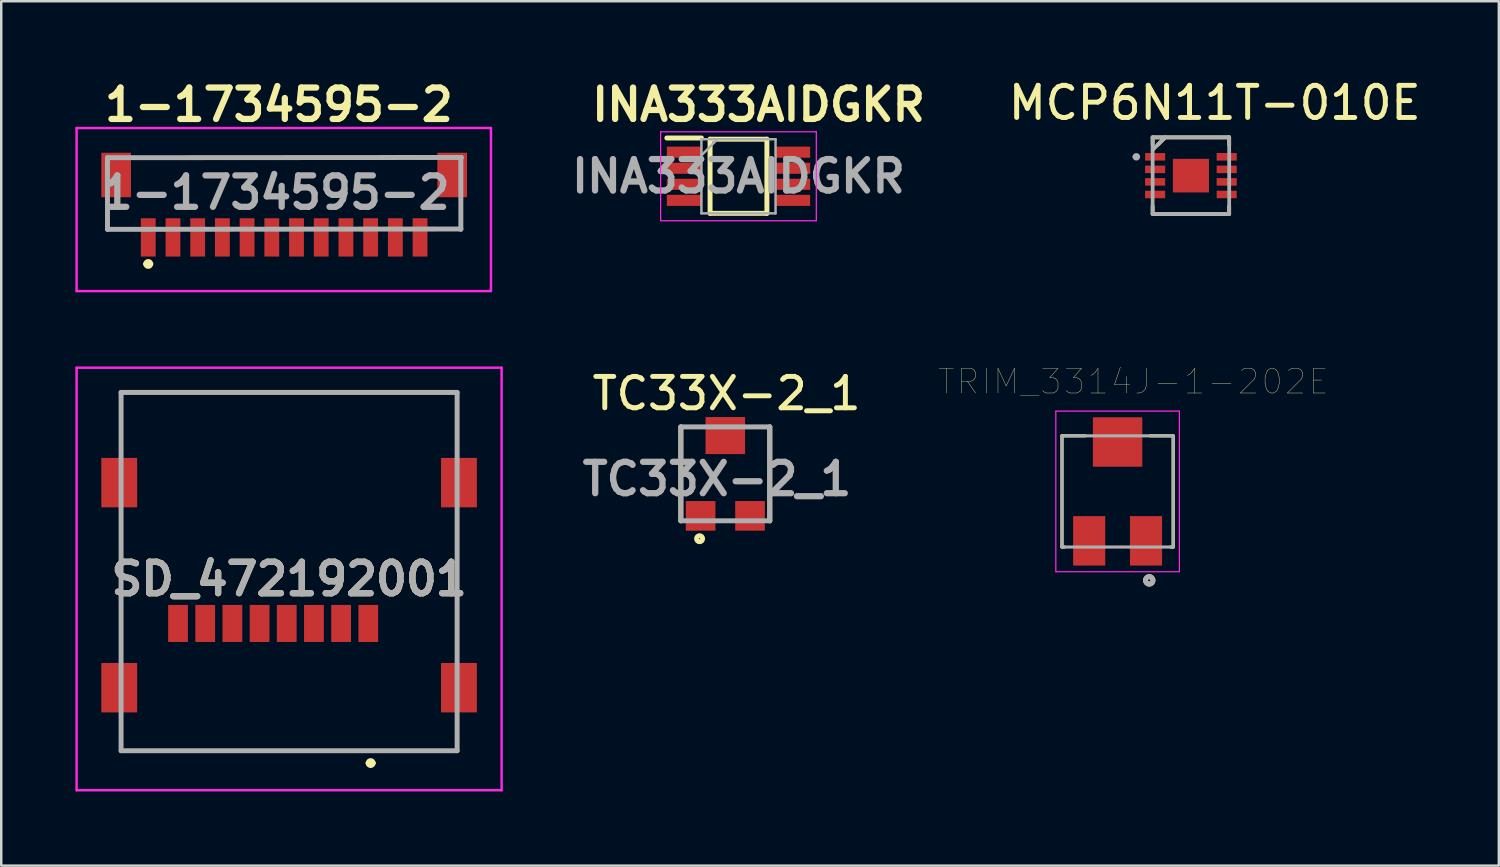
<source format=kicad_pcb>
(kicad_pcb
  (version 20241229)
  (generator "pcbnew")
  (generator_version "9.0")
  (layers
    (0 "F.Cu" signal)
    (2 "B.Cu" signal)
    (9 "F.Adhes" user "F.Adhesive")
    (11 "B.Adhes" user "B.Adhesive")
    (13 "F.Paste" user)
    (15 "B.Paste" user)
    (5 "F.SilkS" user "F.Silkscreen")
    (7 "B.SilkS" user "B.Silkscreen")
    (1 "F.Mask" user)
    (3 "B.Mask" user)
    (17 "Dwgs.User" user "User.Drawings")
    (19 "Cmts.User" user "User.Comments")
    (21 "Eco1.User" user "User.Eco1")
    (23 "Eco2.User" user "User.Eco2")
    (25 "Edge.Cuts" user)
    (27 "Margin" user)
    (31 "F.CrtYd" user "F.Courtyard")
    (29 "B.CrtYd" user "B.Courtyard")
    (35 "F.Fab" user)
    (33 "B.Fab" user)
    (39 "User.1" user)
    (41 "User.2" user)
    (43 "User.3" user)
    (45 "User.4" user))
  (footprint "TRIM_3314J-1-202E"
    (layer "F.Cu")
    (at 42.18 16.838)
    (property "Reference" "TRIM_3314J-1-202E" (at 0.635 -4.445 0) (layer "F.SilkS") (effects (font (size 1 1) (thickness 0.015))))
    (attr through_hole)
    (fp_line (start -2.25 -2.25) (end -2.25 2.25) (stroke (width 0.127) (type solid)) (layer "F.SilkS"))
    (fp_line (start -2.25 2.25) (end -2.15 2.25) (stroke (width 0.127) (type solid)) (layer "F.SilkS"))
    (fp_line (start -1.315 -2.25) (end -2.25 -2.25) (stroke (width 0.127) (type solid)) (layer "F.SilkS"))
    (fp_line (start 2.15 2.25) (end 2.25 2.25) (stroke (width 0.127) (type solid)) (layer "F.SilkS"))
    (fp_line (start 2.25 -2.25) (end 1.315 -2.25) (stroke (width 0.127) (type solid)) (layer "F.SilkS"))
    (fp_line (start 2.25 2.25) (end 2.25 -2.25) (stroke (width 0.127) (type solid)) (layer "F.SilkS"))
    (fp_circle (center 1.28 3.6) (end 1.33 3.6) (stroke (width 0.2) (type solid)) (fill no) (layer "F.SilkS"))
    (fp_line (start -2.5 -3.25) (end 2.5 -3.25) (stroke (width 0.05) (type solid)) (layer "F.CrtYd"))
    (fp_line (start -2.5 3.25) (end -2.5 -3.25) (stroke (width 0.05) (type solid)) (layer "F.CrtYd"))
    (fp_line (start 2.5 -3.25) (end 2.5 3.25) (stroke (width 0.05) (type solid)) (layer "F.CrtYd"))
    (fp_line (start 2.5 3.25) (end -2.5 3.25) (stroke (width 0.05) (type solid)) (layer "F.CrtYd"))
    (fp_line (start -2.25 -2.25) (end 2.25 -2.25) (stroke (width 0.127) (type solid)) (layer "F.Fab"))
    (fp_line (start -2.25 2.25) (end -2.25 -2.25) (stroke (width 0.127) (type solid)) (layer "F.Fab"))
    (fp_line (start 2.25 -2.25) (end 2.25 2.25) (stroke (width 0.127) (type solid)) (layer "F.Fab"))
    (fp_line (start 2.25 2.25) (end -2.25 2.25) (stroke (width 0.127) (type solid)) (layer "F.Fab"))
    (fp_circle (center 1.28 3.6) (end 1.33 3.6) (stroke (width 0.2) (type solid)) (fill no) (layer "F.Fab"))
    (pad "1" smd rect (at 1.15 2) (size 1.3 2) (layers "F.Cu" "F.Mask" "F.Paste"))
    (pad "2" smd rect (at 0 -2) (size 2 2) (layers "F.Cu" "F.Mask" "F.Paste"))
    (pad "3" smd rect (at -1.15 2) (size 1.3 2) (layers "F.Cu" "F.Mask" "F.Paste")))
  (footprint "TC33X-2_1"
    (layer "F.Cu")
    (at 26.304 16.127)
    (property "Reference" "TC33X-2_1" (at 0.051 -3.251 0) (layer "F.SilkS") (effects (font (size 1.27 1.27) (thickness 0.2))))
    (attr smd)
    (fp_line (start -1.8 -1.9) (end -1.8 1.9) (stroke (width 0.2) (type solid)) (layer "F.SilkS"))
    (fp_line (start 1.8 1.9) (end 1.8 -1.9) (stroke (width 0.2) (type solid)) (layer "F.SilkS"))
    (fp_circle (center -1.041 2.625) (end -1.041 2.647) (stroke (width 0.2) (type solid)) (fill no) (layer "F.SilkS"))
    (fp_line (start -1.8 -1.9) (end 1.8 -1.9) (stroke (width 0.2) (type solid)) (layer "F.Fab"))
    (fp_line (start -1.8 1.9) (end -1.8 -1.9) (stroke (width 0.2) (type solid)) (layer "F.Fab"))
    (fp_line (start 1.8 -1.9) (end 1.8 1.9) (stroke (width 0.2) (type solid)) (layer "F.Fab"))
    (fp_line (start 1.8 1.9) (end -1.8 1.9) (stroke (width 0.2) (type solid)) (layer "F.Fab"))
    (fp_text user "${REFERENCE}" (at -0.337 0.209 0) (layer "F.Fab") (effects (font (size 1.27 1.27) (thickness 0.254))))
    (pad "1" smd rect (at -1 1.7 90) (size 1.2 1.2) (layers "F.Cu" "F.Mask" "F.Paste"))
    (pad "2" smd rect (at 0 -1.55 90) (size 1.5 1.6) (layers "F.Cu" "F.Mask" "F.Paste"))
    (pad "3" smd rect (at 1 1.7 90) (size 1.2 1.2) (layers "F.Cu" "F.Mask" "F.Paste")))
  (footprint "SD_472192001"
    (layer "F.Cu")
    (at 8.65 20.382)
    (property "Reference" "SD_472192001" (at 0 0 0) (layer "F.SilkS") (effects (font (size 1.27 1.27) (thickness 0.254))))
    (attr smd)
    (fp_line (start -6.8 -7.55) (end 6.8 -7.55) (stroke (width 0.1) (type solid)) (layer "F.SilkS"))
    (fp_line (start -6.8 -6.05) (end -6.8 -7.55) (stroke (width 0.1) (type solid)) (layer "F.SilkS"))
    (fp_line (start -6.8 -6.05) (end -6.8 -5.55) (stroke (width 0.1) (type solid)) (layer "F.SilkS"))
    (fp_line (start -6.8 -2.55) (end -6.8 2.95) (stroke (width 0.1) (type solid)) (layer "F.SilkS"))
    (fp_line (start -6.8 5.95) (end -6.8 6.95) (stroke (width 0.1) (type solid)) (layer "F.SilkS"))
    (fp_line (start -6.8 6.95) (end 6.8 6.95) (stroke (width 0.1) (type solid)) (layer "F.SilkS"))
    (fp_line (start 3.2 7.45) (end 3.2 7.45) (stroke (width 0.2) (type solid)) (layer "F.SilkS"))
    (fp_line (start 3.4 7.45) (end 3.4 7.45) (stroke (width 0.2) (type solid)) (layer "F.SilkS"))
    (fp_line (start 6.8 -7.55) (end 6.8 -6.05) (stroke (width 0.1) (type solid)) (layer "F.SilkS"))
    (fp_line (start 6.8 -6.05) (end 6.8 -5.55) (stroke (width 0.1) (type solid)) (layer "F.SilkS"))
    (fp_line (start 6.8 -2.55) (end 6.8 2.95) (stroke (width 0.1) (type solid)) (layer "F.SilkS"))
    (fp_line (start 6.8 6.95) (end 6.8 5.95) (stroke (width 0.1) (type solid)) (layer "F.SilkS"))
    (fp_arc (start 3.2 7.45) (mid 3.3 7.35) (end 3.4 7.45) (stroke (width 0.2) (type solid)) (layer "F.SilkS"))
    (fp_arc (start 3.4 7.45) (mid 3.3 7.55) (end 3.2 7.45) (stroke (width 0.2) (type solid)) (layer "F.SilkS"))
    (fp_line (start -8.6 -8.55) (end 8.6 -8.55) (stroke (width 0.1) (type solid)) (layer "F.CrtYd"))
    (fp_line (start -8.6 8.55) (end -8.6 -8.55) (stroke (width 0.1) (type solid)) (layer "F.CrtYd"))
    (fp_line (start 8.6 -8.55) (end 8.6 8.55) (stroke (width 0.1) (type solid)) (layer "F.CrtYd"))
    (fp_line (start 8.6 8.55) (end -8.6 8.55) (stroke (width 0.1) (type solid)) (layer "F.CrtYd"))
    (fp_line (start -6.8 -7.55) (end 6.8 -7.55) (stroke (width 0.2) (type solid)) (layer "F.Fab"))
    (fp_line (start -6.8 6.95) (end -6.8 -7.55) (stroke (width 0.2) (type solid)) (layer "F.Fab"))
    (fp_line (start 6.8 -7.55) (end 6.8 6.95) (stroke (width 0.2) (type solid)) (layer "F.Fab"))
    (fp_line (start 6.8 6.95) (end -6.8 6.95) (stroke (width 0.2) (type solid)) (layer "F.Fab"))
    (fp_text user "${REFERENCE}" (at 0 0 0) (layer "F.Fab") (effects (font (size 1.27 1.27) (thickness 0.254))))
    (pad "1" smd rect (at 3.205 1.8) (size 0.8 1.5) (layers "F.Cu" "F.Mask" "F.Paste"))
    (pad "2" smd rect (at 2.105 1.8) (size 0.8 1.5) (layers "F.Cu" "F.Mask" "F.Paste"))
    (pad "3" smd rect (at 1.005 1.8) (size 0.8 1.5) (layers "F.Cu" "F.Mask" "F.Paste"))
    (pad "4" smd rect (at -0.095 1.8) (size 0.8 1.5) (layers "F.Cu" "F.Mask" "F.Paste"))
    (pad "5" smd rect (at -1.195 1.8) (size 0.8 1.5) (layers "F.Cu" "F.Mask" "F.Paste"))
    (pad "6" smd rect (at -2.295 1.8) (size 0.8 1.5) (layers "F.Cu" "F.Mask" "F.Paste"))
    (pad "7" smd rect (at -3.395 1.8) (size 0.8 1.5) (layers "F.Cu" "F.Mask" "F.Paste"))
    (pad "8" smd rect (at -4.495 1.8) (size 0.8 1.5) (layers "F.Cu" "F.Mask" "F.Paste"))
    (pad "9" smd rect (at -6.875 4.4) (size 1.45 2) (layers "F.Cu" "F.Mask" "F.Paste"))
    (pad "10" smd rect (at -6.875 -3.9) (size 1.45 2) (layers "F.Cu" "F.Mask" "F.Paste"))
    (pad "11" smd rect (at 6.875 -3.9) (size 1.45 2) (layers "F.Cu" "F.Mask" "F.Paste"))
    (pad "12" smd rect (at 6.875 4.4) (size 1.45 2) (layers "F.Cu" "F.Mask" "F.Paste")))
  (footprint "INA333AIDGKR"
    (layer "F.Cu")
    (at 26.837 4.084)
    (property "Reference" "INA333AIDGKR" (at 0.813 -2.896 0) (layer "F.SilkS") (effects (font (size 1.27 1.27) (thickness 0.254))))
    (attr smd)
    (fp_line (start -2.9 -1.55) (end -1.5 -1.55) (stroke (width 0.2) (type solid)) (layer "F.SilkS"))
    (fp_line (start -1.15 -1.5) (end 1.15 -1.5) (stroke (width 0.2) (type solid)) (layer "F.SilkS"))
    (fp_line (start -1.15 1.5) (end -1.15 -1.5) (stroke (width 0.2) (type solid)) (layer "F.SilkS"))
    (fp_line (start 1.15 -1.5) (end 1.15 1.5) (stroke (width 0.2) (type solid)) (layer "F.SilkS"))
    (fp_line (start 1.15 1.5) (end -1.15 1.5) (stroke (width 0.2) (type solid)) (layer "F.SilkS"))
    (fp_line (start -3.15 -1.8) (end 3.15 -1.8) (stroke (width 0.05) (type solid)) (layer "F.CrtYd"))
    (fp_line (start -3.15 1.8) (end -3.15 -1.8) (stroke (width 0.05) (type solid)) (layer "F.CrtYd"))
    (fp_line (start 3.15 -1.8) (end 3.15 1.8) (stroke (width 0.05) (type solid)) (layer "F.CrtYd"))
    (fp_line (start 3.15 1.8) (end -3.15 1.8) (stroke (width 0.05) (type solid)) (layer "F.CrtYd"))
    (fp_line (start -1.5 -1.5) (end 1.5 -1.5) (stroke (width 0.1) (type solid)) (layer "F.Fab"))
    (fp_line (start -1.5 -0.85) (end -0.85 -1.5) (stroke (width 0.1) (type solid)) (layer "F.Fab"))
    (fp_line (start -1.5 1.5) (end -1.5 -1.5) (stroke (width 0.1) (type solid)) (layer "F.Fab"))
    (fp_line (start 1.5 -1.5) (end 1.5 1.5) (stroke (width 0.1) (type solid)) (layer "F.Fab"))
    (fp_line (start 1.5 1.5) (end -1.5 1.5) (stroke (width 0.1) (type solid)) (layer "F.Fab"))
    (fp_text user "${REFERENCE}" (at 0 0 0) (layer "F.Fab") (effects (font (size 1.27 1.27) (thickness 0.254))))
    (pad "1" smd rect (at -2.2 -0.975 90) (size 0.45 1.4) (layers "F.Cu" "F.Mask" "F.Paste"))
    (pad "2" smd rect (at -2.2 -0.325 90) (size 0.45 1.4) (layers "F.Cu" "F.Mask" "F.Paste"))
    (pad "3" smd rect (at -2.2 0.325 90) (size 0.45 1.4) (layers "F.Cu" "F.Mask" "F.Paste"))
    (pad "4" smd rect (at -2.2 0.975 90) (size 0.45 1.4) (layers "F.Cu" "F.Mask" "F.Paste"))
    (pad "5" smd rect (at 2.2 0.975 90) (size 0.45 1.4) (layers "F.Cu" "F.Mask" "F.Paste"))
    (pad "6" smd rect (at 2.2 0.325 90) (size 0.45 1.4) (layers "F.Cu" "F.Mask" "F.Paste"))
    (pad "7" smd rect (at 2.2 -0.325 90) (size 0.45 1.4) (layers "F.Cu" "F.Mask" "F.Paste"))
    (pad "8" smd rect (at 2.2 -0.975 90) (size 0.45 1.4) (layers "F.Cu" "F.Mask" "F.Paste")))
  (footprint "MCP6N11T-010E"
    (layer "F.Cu")
    (at 45.147 4.058)
    (property "Reference" "MCP6N11T-010E" (at 0.965 -2.946 0) (layer "F.SilkS") (effects (font (size 1.3 1.3) (thickness 0.2))))
    (attr through_hole)
    (fp_line (start -1.549 -1.549) (end -1.549 -1.245) (stroke (width 0.152) (type solid)) (layer "F.SilkS"))
    (fp_line (start -1.549 1.245) (end -1.549 1.549) (stroke (width 0.152) (type solid)) (layer "F.SilkS"))
    (fp_line (start -1.549 1.549) (end 1.549 1.549) (stroke (width 0.152) (type solid)) (layer "F.SilkS"))
    (fp_line (start -1.041 -1.549) (end -1.346 -1.245) (stroke (width 0.152) (type solid)) (layer "F.SilkS"))
    (fp_line (start 1.549 -1.549) (end -1.549 -1.549) (stroke (width 0.152) (type solid)) (layer "F.SilkS"))
    (fp_line (start 1.549 -1.245) (end 1.549 -1.549) (stroke (width 0.152) (type solid)) (layer "F.SilkS"))
    (fp_line (start 1.549 1.549) (end 1.549 1.245) (stroke (width 0.152) (type solid)) (layer "F.SilkS"))
    (fp_arc (start -2.184399 -0.6858) (mid -2.265676 -0.7493) (end -2.1844 -0.8128) (stroke (width 0.1) (type solid)) (layer "F.SilkS"))
    (fp_line (start -1.549 -1.549) (end -1.549 1.549) (stroke (width 0.152) (type solid)) (layer "F.Fab"))
    (fp_line (start -1.549 1.549) (end 1.549 1.549) (stroke (width 0.152) (type solid)) (layer "F.Fab"))
    (fp_line (start -1.041 -1.549) (end -1.549 -1.041) (stroke (width 0.152) (type solid)) (layer "F.Fab"))
    (fp_line (start 1.549 -1.549) (end -1.549 -1.549) (stroke (width 0.152) (type solid)) (layer "F.Fab"))
    (fp_line (start 1.549 1.549) (end 1.549 -1.549) (stroke (width 0.152) (type solid)) (layer "F.Fab"))
    (fp_arc (start -2.286 -0.762) (mid -2.2098 -0.8382) (end -2.1336 -0.762) (stroke (width 0.1524) (type solid)) (layer "F.Fab"))
    (fp_arc (start -2.1336 -0.762) (mid -2.2098 -0.6858) (end -2.286 -0.762) (stroke (width 0.1524) (type solid)) (layer "F.Fab"))
    (pad "1" smd rect (at -1.448 -0.762) (size 0.813 0.305) (layers "F.Cu" "F.Mask" "F.Paste"))
    (pad "2" smd rect (at -1.448 -0.254) (size 0.813 0.305) (layers "F.Cu" "F.Mask" "F.Paste"))
    (pad "3" smd rect (at -1.448 0.254) (size 0.813 0.305) (layers "F.Cu" "F.Mask" "F.Paste"))
    (pad "4" smd rect (at -1.448 0.762) (size 0.813 0.305) (layers "F.Cu" "F.Mask" "F.Paste"))
    (pad "5" smd rect (at 1.448 0.762) (size 0.813 0.305) (layers "F.Cu" "F.Mask" "F.Paste"))
    (pad "6" smd rect (at 1.448 0.254) (size 0.813 0.305) (layers "F.Cu" "F.Mask" "F.Paste"))
    (pad "7" smd rect (at 1.448 -0.254) (size 0.813 0.305) (layers "F.Cu" "F.Mask" "F.Paste"))
    (pad "8" smd rect (at 1.448 -0.762) (size 0.813 0.305) (layers "F.Cu" "F.Mask" "F.Paste"))
    (pad "9" smd rect (at 0 0) (size 1.46 1.36) (layers "F.Cu" "F.Mask" "F.Paste")))
  (footprint "1-1734595-2"
    (layer "F.Cu")
    (at 1.275 6.218)
    (property "Reference" "1-1734595-2" (at 6.96 -5.029 0) (layer "F.SilkS") (effects (font (size 1.27 1.27) (thickness 0.254))))
    (attr smd)
    (fp_line (start 0.025 -0.886) (end 0.025 0.014) (stroke (width 0.1) (type solid)) (layer "F.SilkS"))
    (fp_line (start 0.025 0.014) (end 1.175 0.014) (stroke (width 0.1) (type solid)) (layer "F.SilkS"))
    (fp_line (start 1.175 -2.886) (end 13.233 -2.87) (stroke (width 0.1) (type solid)) (layer "F.SilkS"))
    (fp_line (start 1.575 1.414) (end 1.575 1.414) (stroke (width 0.2) (type solid)) (layer "F.SilkS"))
    (fp_line (start 1.775 1.414) (end 1.775 1.414) (stroke (width 0.2) (type solid)) (layer "F.SilkS"))
    (fp_line (start 13.151 -0.011) (end 14.301 -0.011) (stroke (width 0.1) (type solid)) (layer "F.SilkS"))
    (fp_line (start 14.301 -0.011) (end 14.301 -0.911) (stroke (width 0.1) (type solid)) (layer "F.SilkS"))
    (fp_arc (start 1.575 1.4142) (mid 1.675 1.3142) (end 1.775 1.4142) (stroke (width 0.2) (type solid)) (layer "F.SilkS"))
    (fp_arc (start 1.775 1.4142) (mid 1.675 1.5142) (end 1.575 1.4142) (stroke (width 0.2) (type solid)) (layer "F.SilkS"))
    (fp_line (start -1.225 -4.086) (end 15.519 -4.089) (stroke (width 0.1) (type solid)) (layer "F.CrtYd"))
    (fp_line (start -1.225 2.514) (end -1.225 -4.086) (stroke (width 0.1) (type solid)) (layer "F.CrtYd"))
    (fp_line (start 15.519 2.514) (end -1.225 2.514) (stroke (width 0.1) (type solid)) (layer "F.CrtYd"))
    (fp_line (start 15.545 -4.089) (end 15.545 2.511) (stroke (width 0.1) (type solid)) (layer "F.CrtYd"))
    (fp_line (start 0.025 -2.886) (end 14.351 -2.896) (stroke (width 0.2) (type solid)) (layer "F.Fab"))
    (fp_line (start 0.025 0.014) (end 0.025 -2.886) (stroke (width 0.2) (type solid)) (layer "F.Fab"))
    (fp_line (start 14.326 -2.886) (end 14.326 0.014) (stroke (width 0.2) (type solid)) (layer "F.Fab"))
    (fp_line (start 14.326 0) (end 0.025 0.014) (stroke (width 0.2) (type solid)) (layer "F.Fab"))
    (fp_text user "${REFERENCE}" (at 6.833 -1.473 0) (layer "F.Fab") (effects (font (size 1.27 1.27) (thickness 0.254))))
    (pad "1" smd rect (at 1.675 0.34) (size 0.6 1.55) (layers "F.Cu" "F.Mask" "F.Paste"))
    (pad "2" smd rect (at 2.675 0.34) (size 0.6 1.55) (layers "F.Cu" "F.Mask" "F.Paste"))
    (pad "3" smd rect (at 3.675 0.34) (size 0.6 1.55) (layers "F.Cu" "F.Mask" "F.Paste"))
    (pad "4" smd rect (at 4.675 0.34) (size 0.6 1.55) (layers "F.Cu" "F.Mask" "F.Paste"))
    (pad "5" smd rect (at 5.675 0.34) (size 0.6 1.55) (layers "F.Cu" "F.Mask" "F.Paste"))
    (pad "6" smd rect (at 6.675 0.34) (size 0.6 1.55) (layers "F.Cu" "F.Mask" "F.Paste"))
    (pad "7" smd rect (at 7.675 0.34) (size 0.6 1.55) (layers "F.Cu" "F.Mask" "F.Paste"))
    (pad "8" smd rect (at 8.675 0.34) (size 0.6 1.55) (layers "F.Cu" "F.Mask" "F.Paste"))
    (pad "9" smd rect (at 9.675 0.34) (size 0.6 1.55) (layers "F.Cu" "F.Mask" "F.Paste"))
    (pad "10" smd rect (at 10.675 0.34) (size 0.6 1.55) (layers "F.Cu" "F.Mask" "F.Paste"))
    (pad "11" smd rect (at 11.675 0.34) (size 0.6 1.55) (layers "F.Cu" "F.Mask" "F.Paste"))
    (pad "12" smd rect (at 12.675 0.34) (size 0.6 1.55) (layers "F.Cu" "F.Mask" "F.Paste"))
    (pad "13" smd rect (at 0.375 -2.186) (size 1.2 1.8) (layers "F.Cu" "F.Mask" "F.Paste"))
    (pad "14" smd rect (at 13.975 -2.186) (size 1.2 1.8) (layers "F.Cu" "F.Mask" "F.Paste")))
  (gr_rect
    (start -3 -3)
    (end 57.609 31.982)
    (stroke (width 0.1) (type default))
    (fill no)
    (layer "Edge.Cuts")))
</source>
